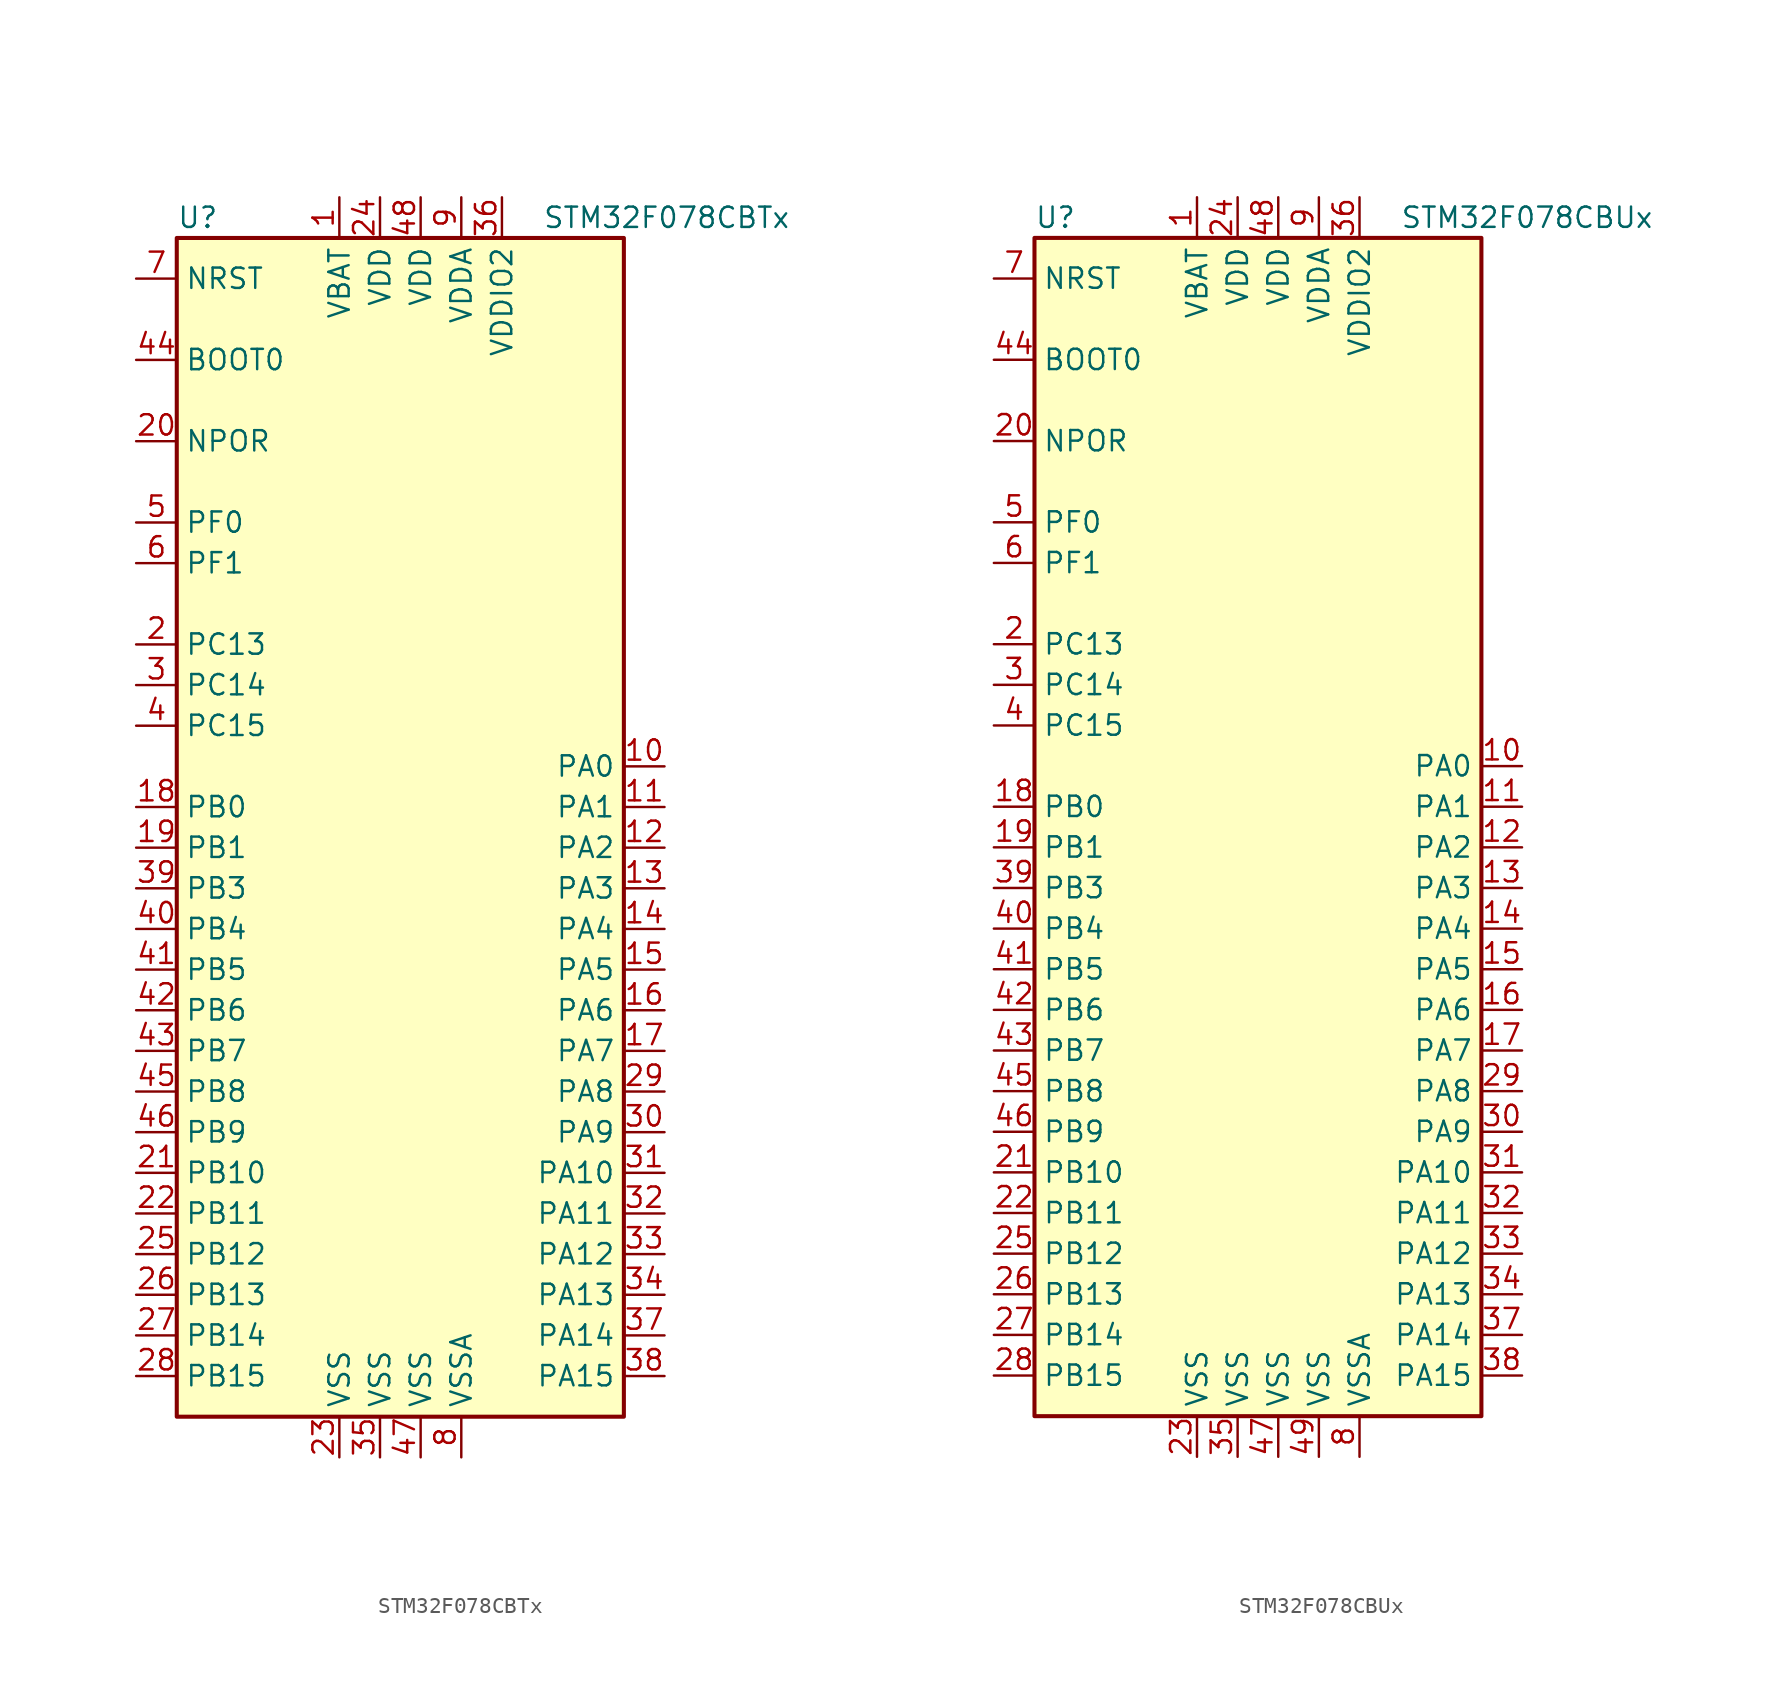
<source format=kicad_sym>
(kicad_symbol_lib
  (version 20201005)
  (generator kicad_symbol_editor)
  (symbol "STM32F078CBTx"
    (property "Reference" "U"
      (at -15.24 36.83 0)
      (effects (font (size 1.27 1.27)) (justify left)))
    (property "Value" "STM32F078CBTx"
      (at 7.62 36.83 0)
      (effects (font (size 1.27 1.27)) (justify left)))
    (symbol "STM32F078CBTx_0_1"
      (rectangle (start -15.24 -38.1) (end 12.7 35.56) (stroke (width 0.254)) (fill (type background))))
    (symbol "STM32F078CBTx_1_1"
      (pin input line (at -17.78 27.94 0) (length 2.54) (name "BOOT0" (effects (font (size 1.27 1.27)))) (number "44" (effects (font (size 1.27 1.27)))))
      (pin power_in line (at -17.78 22.86 0) (length 2.54) (name "NPOR" (effects (font (size 1.27 1.27)))) (number "20" (effects (font (size 1.27 1.27)))))
      (pin input line (at -17.78 33.02 0) (length 2.54) (name "NRST" (effects (font (size 1.27 1.27)))) (number "7" (effects (font (size 1.27 1.27)))))
      (pin bidirectional line (at 15.24 2.54 180) (length 2.54) (name "PA0" (effects (font (size 1.27 1.27)))) (number "10" (effects (font (size 1.27 1.27)))))
      (pin bidirectional line (at 15.24 0 180) (length 2.54) (name "PA1" (effects (font (size 1.27 1.27)))) (number "11" (effects (font (size 1.27 1.27)))))
      (pin bidirectional line (at 15.24 -22.86 180) (length 2.54) (name "PA10" (effects (font (size 1.27 1.27)))) (number "31" (effects (font (size 1.27 1.27)))))
      (pin bidirectional line (at 15.24 -25.4 180) (length 2.54) (name "PA11" (effects (font (size 1.27 1.27)))) (number "32" (effects (font (size 1.27 1.27)))))
      (pin bidirectional line (at 15.24 -27.94 180) (length 2.54) (name "PA12" (effects (font (size 1.27 1.27)))) (number "33" (effects (font (size 1.27 1.27)))))
      (pin bidirectional line (at 15.24 -30.48 180) (length 2.54) (name "PA13" (effects (font (size 1.27 1.27)))) (number "34" (effects (font (size 1.27 1.27)))))
      (pin bidirectional line (at 15.24 -33.02 180) (length 2.54) (name "PA14" (effects (font (size 1.27 1.27)))) (number "37" (effects (font (size 1.27 1.27)))))
      (pin bidirectional line (at 15.24 -35.56 180) (length 2.54) (name "PA15" (effects (font (size 1.27 1.27)))) (number "38" (effects (font (size 1.27 1.27)))))
      (pin bidirectional line (at 15.24 -2.54 180) (length 2.54) (name "PA2" (effects (font (size 1.27 1.27)))) (number "12" (effects (font (size 1.27 1.27)))))
      (pin bidirectional line (at 15.24 -5.08 180) (length 2.54) (name "PA3" (effects (font (size 1.27 1.27)))) (number "13" (effects (font (size 1.27 1.27)))))
      (pin bidirectional line (at 15.24 -7.62 180) (length 2.54) (name "PA4" (effects (font (size 1.27 1.27)))) (number "14" (effects (font (size 1.27 1.27)))))
      (pin bidirectional line (at 15.24 -10.16 180) (length 2.54) (name "PA5" (effects (font (size 1.27 1.27)))) (number "15" (effects (font (size 1.27 1.27)))))
      (pin bidirectional line (at 15.24 -12.7 180) (length 2.54) (name "PA6" (effects (font (size 1.27 1.27)))) (number "16" (effects (font (size 1.27 1.27)))))
      (pin bidirectional line (at 15.24 -15.24 180) (length 2.54) (name "PA7" (effects (font (size 1.27 1.27)))) (number "17" (effects (font (size 1.27 1.27)))))
      (pin bidirectional line (at 15.24 -17.78 180) (length 2.54) (name "PA8" (effects (font (size 1.27 1.27)))) (number "29" (effects (font (size 1.27 1.27)))))
      (pin bidirectional line (at 15.24 -20.32 180) (length 2.54) (name "PA9" (effects (font (size 1.27 1.27)))) (number "30" (effects (font (size 1.27 1.27)))))
      (pin bidirectional line (at -17.78 0 0) (length 2.54) (name "PB0" (effects (font (size 1.27 1.27)))) (number "18" (effects (font (size 1.27 1.27)))))
      (pin bidirectional line (at -17.78 -2.54 0) (length 2.54) (name "PB1" (effects (font (size 1.27 1.27)))) (number "19" (effects (font (size 1.27 1.27)))))
      (pin bidirectional line (at -17.78 -22.86 0) (length 2.54) (name "PB10" (effects (font (size 1.27 1.27)))) (number "21" (effects (font (size 1.27 1.27)))))
      (pin bidirectional line (at -17.78 -25.4 0) (length 2.54) (name "PB11" (effects (font (size 1.27 1.27)))) (number "22" (effects (font (size 1.27 1.27)))))
      (pin bidirectional line (at -17.78 -27.94 0) (length 2.54) (name "PB12" (effects (font (size 1.27 1.27)))) (number "25" (effects (font (size 1.27 1.27)))))
      (pin bidirectional line (at -17.78 -30.48 0) (length 2.54) (name "PB13" (effects (font (size 1.27 1.27)))) (number "26" (effects (font (size 1.27 1.27)))))
      (pin bidirectional line (at -17.78 -33.02 0) (length 2.54) (name "PB14" (effects (font (size 1.27 1.27)))) (number "27" (effects (font (size 1.27 1.27)))))
      (pin bidirectional line (at -17.78 -35.56 0) (length 2.54) (name "PB15" (effects (font (size 1.27 1.27)))) (number "28" (effects (font (size 1.27 1.27)))))
      (pin bidirectional line (at -17.78 -5.08 0) (length 2.54) (name "PB3" (effects (font (size 1.27 1.27)))) (number "39" (effects (font (size 1.27 1.27)))))
      (pin bidirectional line (at -17.78 -7.62 0) (length 2.54) (name "PB4" (effects (font (size 1.27 1.27)))) (number "40" (effects (font (size 1.27 1.27)))))
      (pin bidirectional line (at -17.78 -10.16 0) (length 2.54) (name "PB5" (effects (font (size 1.27 1.27)))) (number "41" (effects (font (size 1.27 1.27)))))
      (pin bidirectional line (at -17.78 -12.7 0) (length 2.54) (name "PB6" (effects (font (size 1.27 1.27)))) (number "42" (effects (font (size 1.27 1.27)))))
      (pin bidirectional line (at -17.78 -15.24 0) (length 2.54) (name "PB7" (effects (font (size 1.27 1.27)))) (number "43" (effects (font (size 1.27 1.27)))))
      (pin bidirectional line (at -17.78 -17.78 0) (length 2.54) (name "PB8" (effects (font (size 1.27 1.27)))) (number "45" (effects (font (size 1.27 1.27)))))
      (pin bidirectional line (at -17.78 -20.32 0) (length 2.54) (name "PB9" (effects (font (size 1.27 1.27)))) (number "46" (effects (font (size 1.27 1.27)))))
      (pin bidirectional line (at -17.78 10.16 0) (length 2.54) (name "PC13" (effects (font (size 1.27 1.27)))) (number "2" (effects (font (size 1.27 1.27)))))
      (pin bidirectional line (at -17.78 7.62 0) (length 2.54) (name "PC14" (effects (font (size 1.27 1.27)))) (number "3" (effects (font (size 1.27 1.27)))))
      (pin bidirectional line (at -17.78 5.08 0) (length 2.54) (name "PC15" (effects (font (size 1.27 1.27)))) (number "4" (effects (font (size 1.27 1.27)))))
      (pin input line (at -17.78 17.78 0) (length 2.54) (name "PF0" (effects (font (size 1.27 1.27)))) (number "5" (effects (font (size 1.27 1.27)))))
      (pin input line (at -17.78 15.24 0) (length 2.54) (name "PF1" (effects (font (size 1.27 1.27)))) (number "6" (effects (font (size 1.27 1.27)))))
      (pin power_in line (at -5.08 38.1 270) (length 2.54) (name "VBAT" (effects (font (size 1.27 1.27)))) (number "1" (effects (font (size 1.27 1.27)))))
      (pin power_in line (at -2.54 38.1 270) (length 2.54) (name "VDD" (effects (font (size 1.27 1.27)))) (number "24" (effects (font (size 1.27 1.27)))))
      (pin power_in line (at 0 38.1 270) (length 2.54) (name "VDD" (effects (font (size 1.27 1.27)))) (number "48" (effects (font (size 1.27 1.27)))))
      (pin power_in line (at 2.54 38.1 270) (length 2.54) (name "VDDA" (effects (font (size 1.27 1.27)))) (number "9" (effects (font (size 1.27 1.27)))))
      (pin power_in line (at 5.08 38.1 270) (length 2.54) (name "VDDIO2" (effects (font (size 1.27 1.27)))) (number "36" (effects (font (size 1.27 1.27)))))
      (pin power_in line (at -5.08 -40.64 90) (length 2.54) (name "VSS" (effects (font (size 1.27 1.27)))) (number "23" (effects (font (size 1.27 1.27)))))
      (pin power_in line (at -2.54 -40.64 90) (length 2.54) (name "VSS" (effects (font (size 1.27 1.27)))) (number "35" (effects (font (size 1.27 1.27)))))
      (pin power_in line (at 0 -40.64 90) (length 2.54) (name "VSS" (effects (font (size 1.27 1.27)))) (number "47" (effects (font (size 1.27 1.27)))))
      (pin power_in line (at 2.54 -40.64 90) (length 2.54) (name "VSSA" (effects (font (size 1.27 1.27)))) (number "8" (effects (font (size 1.27 1.27)))))))
  (symbol "STM32F078CBUx"
    (property "Reference" "U"
      (at -15.24 36.83 0)
      (effects (font (size 1.27 1.27)) (justify left)))
    (property "Value" "STM32F078CBUx"
      (at 7.62 36.83 0)
      (effects (font (size 1.27 1.27)) (justify left)))
    (symbol "STM32F078CBUx_0_1"
      (rectangle (start -15.24 -38.1) (end 12.7 35.56) (stroke (width 0.254)) (fill (type background))))
    (symbol "STM32F078CBUx_1_1"
      (pin input line (at -17.78 27.94 0) (length 2.54) (name "BOOT0" (effects (font (size 1.27 1.27)))) (number "44" (effects (font (size 1.27 1.27)))))
      (pin power_in line (at -17.78 22.86 0) (length 2.54) (name "NPOR" (effects (font (size 1.27 1.27)))) (number "20" (effects (font (size 1.27 1.27)))))
      (pin input line (at -17.78 33.02 0) (length 2.54) (name "NRST" (effects (font (size 1.27 1.27)))) (number "7" (effects (font (size 1.27 1.27)))))
      (pin bidirectional line (at 15.24 2.54 180) (length 2.54) (name "PA0" (effects (font (size 1.27 1.27)))) (number "10" (effects (font (size 1.27 1.27)))))
      (pin bidirectional line (at 15.24 0 180) (length 2.54) (name "PA1" (effects (font (size 1.27 1.27)))) (number "11" (effects (font (size 1.27 1.27)))))
      (pin bidirectional line (at 15.24 -22.86 180) (length 2.54) (name "PA10" (effects (font (size 1.27 1.27)))) (number "31" (effects (font (size 1.27 1.27)))))
      (pin bidirectional line (at 15.24 -25.4 180) (length 2.54) (name "PA11" (effects (font (size 1.27 1.27)))) (number "32" (effects (font (size 1.27 1.27)))))
      (pin bidirectional line (at 15.24 -27.94 180) (length 2.54) (name "PA12" (effects (font (size 1.27 1.27)))) (number "33" (effects (font (size 1.27 1.27)))))
      (pin bidirectional line (at 15.24 -30.48 180) (length 2.54) (name "PA13" (effects (font (size 1.27 1.27)))) (number "34" (effects (font (size 1.27 1.27)))))
      (pin bidirectional line (at 15.24 -33.02 180) (length 2.54) (name "PA14" (effects (font (size 1.27 1.27)))) (number "37" (effects (font (size 1.27 1.27)))))
      (pin bidirectional line (at 15.24 -35.56 180) (length 2.54) (name "PA15" (effects (font (size 1.27 1.27)))) (number "38" (effects (font (size 1.27 1.27)))))
      (pin bidirectional line (at 15.24 -2.54 180) (length 2.54) (name "PA2" (effects (font (size 1.27 1.27)))) (number "12" (effects (font (size 1.27 1.27)))))
      (pin bidirectional line (at 15.24 -5.08 180) (length 2.54) (name "PA3" (effects (font (size 1.27 1.27)))) (number "13" (effects (font (size 1.27 1.27)))))
      (pin bidirectional line (at 15.24 -7.62 180) (length 2.54) (name "PA4" (effects (font (size 1.27 1.27)))) (number "14" (effects (font (size 1.27 1.27)))))
      (pin bidirectional line (at 15.24 -10.16 180) (length 2.54) (name "PA5" (effects (font (size 1.27 1.27)))) (number "15" (effects (font (size 1.27 1.27)))))
      (pin bidirectional line (at 15.24 -12.7 180) (length 2.54) (name "PA6" (effects (font (size 1.27 1.27)))) (number "16" (effects (font (size 1.27 1.27)))))
      (pin bidirectional line (at 15.24 -15.24 180) (length 2.54) (name "PA7" (effects (font (size 1.27 1.27)))) (number "17" (effects (font (size 1.27 1.27)))))
      (pin bidirectional line (at 15.24 -17.78 180) (length 2.54) (name "PA8" (effects (font (size 1.27 1.27)))) (number "29" (effects (font (size 1.27 1.27)))))
      (pin bidirectional line (at 15.24 -20.32 180) (length 2.54) (name "PA9" (effects (font (size 1.27 1.27)))) (number "30" (effects (font (size 1.27 1.27)))))
      (pin bidirectional line (at -17.78 0 0) (length 2.54) (name "PB0" (effects (font (size 1.27 1.27)))) (number "18" (effects (font (size 1.27 1.27)))))
      (pin bidirectional line (at -17.78 -2.54 0) (length 2.54) (name "PB1" (effects (font (size 1.27 1.27)))) (number "19" (effects (font (size 1.27 1.27)))))
      (pin bidirectional line (at -17.78 -22.86 0) (length 2.54) (name "PB10" (effects (font (size 1.27 1.27)))) (number "21" (effects (font (size 1.27 1.27)))))
      (pin bidirectional line (at -17.78 -25.4 0) (length 2.54) (name "PB11" (effects (font (size 1.27 1.27)))) (number "22" (effects (font (size 1.27 1.27)))))
      (pin bidirectional line (at -17.78 -27.94 0) (length 2.54) (name "PB12" (effects (font (size 1.27 1.27)))) (number "25" (effects (font (size 1.27 1.27)))))
      (pin bidirectional line (at -17.78 -30.48 0) (length 2.54) (name "PB13" (effects (font (size 1.27 1.27)))) (number "26" (effects (font (size 1.27 1.27)))))
      (pin bidirectional line (at -17.78 -33.02 0) (length 2.54) (name "PB14" (effects (font (size 1.27 1.27)))) (number "27" (effects (font (size 1.27 1.27)))))
      (pin bidirectional line (at -17.78 -35.56 0) (length 2.54) (name "PB15" (effects (font (size 1.27 1.27)))) (number "28" (effects (font (size 1.27 1.27)))))
      (pin bidirectional line (at -17.78 -5.08 0) (length 2.54) (name "PB3" (effects (font (size 1.27 1.27)))) (number "39" (effects (font (size 1.27 1.27)))))
      (pin bidirectional line (at -17.78 -7.62 0) (length 2.54) (name "PB4" (effects (font (size 1.27 1.27)))) (number "40" (effects (font (size 1.27 1.27)))))
      (pin bidirectional line (at -17.78 -10.16 0) (length 2.54) (name "PB5" (effects (font (size 1.27 1.27)))) (number "41" (effects (font (size 1.27 1.27)))))
      (pin bidirectional line (at -17.78 -12.7 0) (length 2.54) (name "PB6" (effects (font (size 1.27 1.27)))) (number "42" (effects (font (size 1.27 1.27)))))
      (pin bidirectional line (at -17.78 -15.24 0) (length 2.54) (name "PB7" (effects (font (size 1.27 1.27)))) (number "43" (effects (font (size 1.27 1.27)))))
      (pin bidirectional line (at -17.78 -17.78 0) (length 2.54) (name "PB8" (effects (font (size 1.27 1.27)))) (number "45" (effects (font (size 1.27 1.27)))))
      (pin bidirectional line (at -17.78 -20.32 0) (length 2.54) (name "PB9" (effects (font (size 1.27 1.27)))) (number "46" (effects (font (size 1.27 1.27)))))
      (pin bidirectional line (at -17.78 10.16 0) (length 2.54) (name "PC13" (effects (font (size 1.27 1.27)))) (number "2" (effects (font (size 1.27 1.27)))))
      (pin bidirectional line (at -17.78 7.62 0) (length 2.54) (name "PC14" (effects (font (size 1.27 1.27)))) (number "3" (effects (font (size 1.27 1.27)))))
      (pin bidirectional line (at -17.78 5.08 0) (length 2.54) (name "PC15" (effects (font (size 1.27 1.27)))) (number "4" (effects (font (size 1.27 1.27)))))
      (pin input line (at -17.78 17.78 0) (length 2.54) (name "PF0" (effects (font (size 1.27 1.27)))) (number "5" (effects (font (size 1.27 1.27)))))
      (pin input line (at -17.78 15.24 0) (length 2.54) (name "PF1" (effects (font (size 1.27 1.27)))) (number "6" (effects (font (size 1.27 1.27)))))
      (pin power_in line (at -5.08 38.1 270) (length 2.54) (name "VBAT" (effects (font (size 1.27 1.27)))) (number "1" (effects (font (size 1.27 1.27)))))
      (pin power_in line (at -2.54 38.1 270) (length 2.54) (name "VDD" (effects (font (size 1.27 1.27)))) (number "24" (effects (font (size 1.27 1.27)))))
      (pin power_in line (at 0 38.1 270) (length 2.54) (name "VDD" (effects (font (size 1.27 1.27)))) (number "48" (effects (font (size 1.27 1.27)))))
      (pin power_in line (at 2.54 38.1 270) (length 2.54) (name "VDDA" (effects (font (size 1.27 1.27)))) (number "9" (effects (font (size 1.27 1.27)))))
      (pin power_in line (at 5.08 38.1 270) (length 2.54) (name "VDDIO2" (effects (font (size 1.27 1.27)))) (number "36" (effects (font (size 1.27 1.27)))))
      (pin power_in line (at -5.08 -40.64 90) (length 2.54) (name "VSS" (effects (font (size 1.27 1.27)))) (number "23" (effects (font (size 1.27 1.27)))))
      (pin power_in line (at -2.54 -40.64 90) (length 2.54) (name "VSS" (effects (font (size 1.27 1.27)))) (number "35" (effects (font (size 1.27 1.27)))))
      (pin power_in line (at 0 -40.64 90) (length 2.54) (name "VSS" (effects (font (size 1.27 1.27)))) (number "47" (effects (font (size 1.27 1.27)))))
      (pin power_in line (at 2.54 -40.64 90) (length 2.54) (name "VSS" (effects (font (size 1.27 1.27)))) (number "49" (effects (font (size 1.27 1.27)))))
      (pin power_in line (at 5.08 -40.64 90) (length 2.54) (name "VSSA" (effects (font (size 1.27 1.27)))) (number "8" (effects (font (size 1.27 1.27))))))))
</source>
